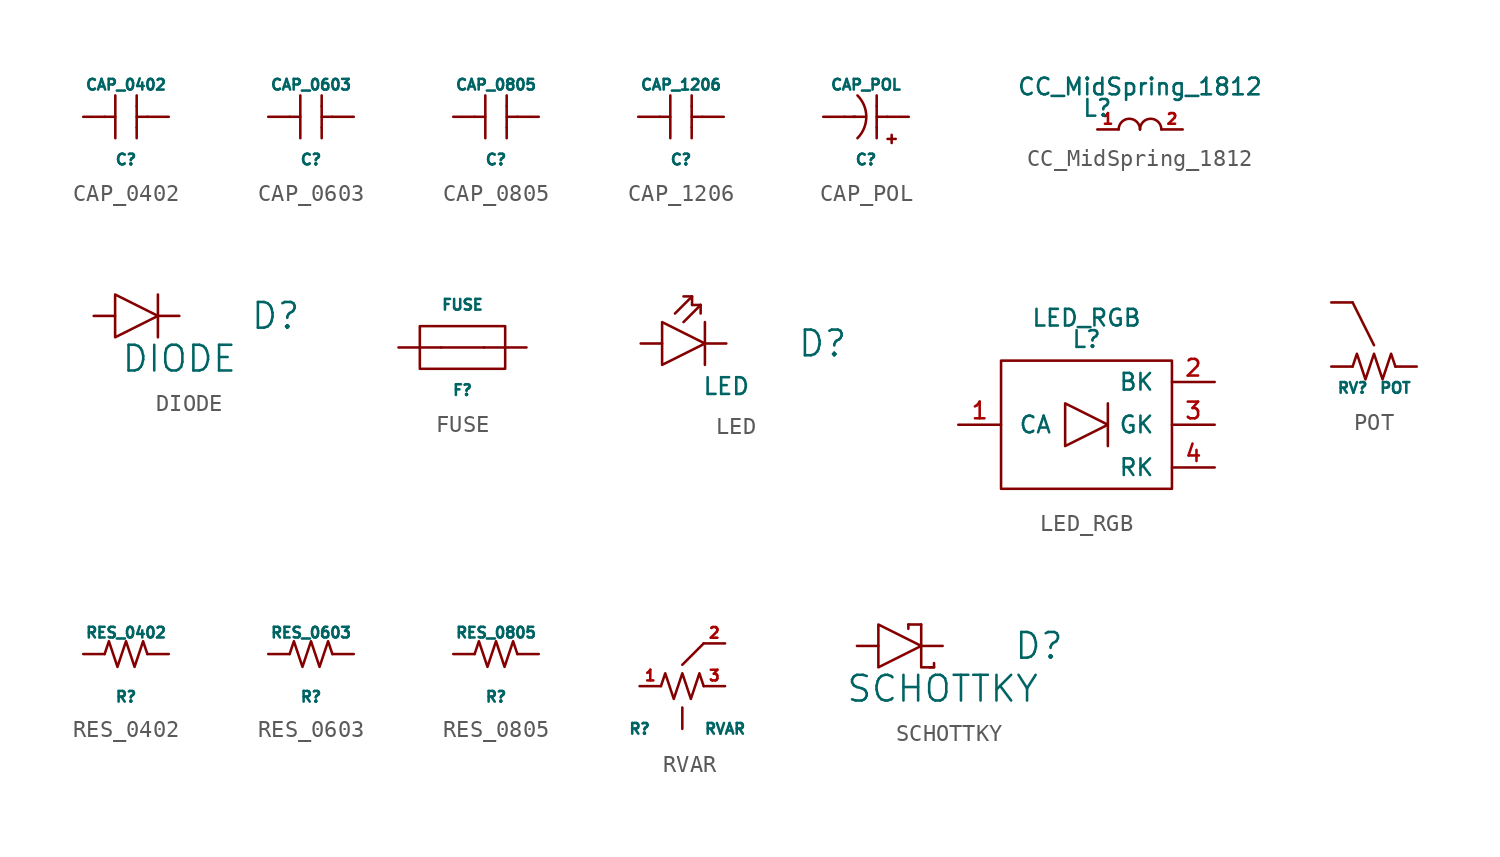
<source format=kicad_sym>
(kicad_symbol_lib
  (version 20241209)
  (generator "kicad_symbol_editor")
  (generator_version "9.0")
  (symbol "CAP_0402"
    (pin_numbers
      (hide yes))
    (pin_names
      (offset 0)
      (hide yes))
    (property "Reference" "C"
      (at 0 -2.54 0)
      (effects (font (size 0.635 0.635))))
    (property "Value" "CAP_0402"
      (at 0 1.905 0)
      (effects (font (size 0.635 0.635))))
    (property "Datasheet" ""
      (at 0 0 0)
      (effects (font (size 1.524 1.524))))
    (symbol "CAP_0402_0_1"
      (polyline (pts (xy -1.27 0) (xy -0.635 0)) (stroke (width 0) (type default)) (fill (type none)))
      (polyline (pts (xy -0.635 -1.27) (xy -0.635 1.27)) (stroke (width 0) (type default)) (fill (type none)))
      (polyline (pts (xy 0.635 1.27) (xy 0.635 0.635)) (stroke (width 0) (type default)) (fill (type none)))
      (polyline (pts (xy 0.635 0.635) (xy 0.635 -0.635)) (stroke (width 0) (type default)) (fill (type none)))
      (polyline (pts (xy 0.635 -1.27) (xy 0.635 -0.635)) (stroke (width 0) (type default)) (fill (type none)))
      (polyline (pts (xy 1.27 0) (xy 0.635 0)) (stroke (width 0) (type default)) (fill (type none))))
    (symbol "CAP_0402_1_1"
      (pin passive line (at -2.54 0 0) (length 1.27) (name "~" (effects (font (size 0.635 0.635)))) (number "1" (effects (font (size 0.635 0.635)))))
      (pin passive line (at 2.54 0 180) (length 1.27) (name "~" (effects (font (size 0.635 0.635)))) (number "2" (effects (font (size 0.635 0.635)))))))
  (symbol "CAP_0603"
    (pin_numbers
      (hide yes))
    (pin_names
      (offset 0)
      (hide yes))
    (property "Reference" "C"
      (at 0 -2.54 0)
      (effects (font (size 0.635 0.635))))
    (property "Value" "CAP_0603"
      (at 0 1.905 0)
      (effects (font (size 0.635 0.635))))
    (property "Datasheet" ""
      (at 0 0 0)
      (effects (font (size 1.524 1.524))))
    (symbol "CAP_0603_0_1"
      (polyline (pts (xy -1.27 0) (xy -0.635 0)) (stroke (width 0) (type default)) (fill (type none)))
      (polyline (pts (xy -0.635 -1.27) (xy -0.635 1.27)) (stroke (width 0) (type default)) (fill (type none)))
      (polyline (pts (xy 0.635 1.27) (xy 0.635 0.635)) (stroke (width 0) (type default)) (fill (type none)))
      (polyline (pts (xy 0.635 0.635) (xy 0.635 -0.635)) (stroke (width 0) (type default)) (fill (type none)))
      (polyline (pts (xy 0.635 -1.27) (xy 0.635 -0.635)) (stroke (width 0) (type default)) (fill (type none)))
      (polyline (pts (xy 1.27 0) (xy 0.635 0)) (stroke (width 0) (type default)) (fill (type none))))
    (symbol "CAP_0603_1_1"
      (pin passive line (at -2.54 0 0) (length 1.27) (name "~" (effects (font (size 0.635 0.635)))) (number "1" (effects (font (size 0.635 0.635)))))
      (pin passive line (at 2.54 0 180) (length 1.27) (name "~" (effects (font (size 0.635 0.635)))) (number "2" (effects (font (size 0.635 0.635)))))))
  (symbol "CAP_0805"
    (pin_numbers
      (hide yes))
    (pin_names
      (offset 0)
      (hide yes))
    (property "Reference" "C"
      (at 0 -2.54 0)
      (effects (font (size 0.635 0.635))))
    (property "Value" "CAP_0805"
      (at 0 1.905 0)
      (effects (font (size 0.635 0.635))))
    (property "Datasheet" ""
      (at 0 0 0)
      (effects (font (size 1.524 1.524))))
    (symbol "CAP_0805_0_1"
      (polyline (pts (xy -1.27 0) (xy -0.635 0)) (stroke (width 0) (type default)) (fill (type none)))
      (polyline (pts (xy -0.635 -1.27) (xy -0.635 1.27)) (stroke (width 0) (type default)) (fill (type none)))
      (polyline (pts (xy 0.635 1.27) (xy 0.635 0.635)) (stroke (width 0) (type default)) (fill (type none)))
      (polyline (pts (xy 0.635 0.635) (xy 0.635 -0.635)) (stroke (width 0) (type default)) (fill (type none)))
      (polyline (pts (xy 0.635 -1.27) (xy 0.635 -0.635)) (stroke (width 0) (type default)) (fill (type none)))
      (polyline (pts (xy 1.27 0) (xy 0.635 0)) (stroke (width 0) (type default)) (fill (type none))))
    (symbol "CAP_0805_1_1"
      (pin passive line (at -2.54 0 0) (length 1.27) (name "~" (effects (font (size 0.635 0.635)))) (number "1" (effects (font (size 0.635 0.635)))))
      (pin passive line (at 2.54 0 180) (length 1.27) (name "~" (effects (font (size 0.635 0.635)))) (number "2" (effects (font (size 0.635 0.635)))))))
  (symbol "CAP_1206"
    (pin_numbers
      (hide yes))
    (pin_names
      (offset 0)
      (hide yes))
    (property "Reference" "C"
      (at 0 -2.54 0)
      (effects (font (size 0.635 0.635))))
    (property "Value" "CAP_1206"
      (at 0 1.905 0)
      (effects (font (size 0.635 0.635))))
    (property "Datasheet" ""
      (at 0 0 0)
      (effects (font (size 1.524 1.524))))
    (symbol "CAP_1206_0_1"
      (polyline (pts (xy -1.27 0) (xy -0.635 0)) (stroke (width 0) (type default)) (fill (type none)))
      (polyline (pts (xy -0.635 -1.27) (xy -0.635 1.27)) (stroke (width 0) (type default)) (fill (type none)))
      (polyline (pts (xy 0.635 1.27) (xy 0.635 0.635)) (stroke (width 0) (type default)) (fill (type none)))
      (polyline (pts (xy 0.635 0.635) (xy 0.635 -0.635)) (stroke (width 0) (type default)) (fill (type none)))
      (polyline (pts (xy 0.635 -1.27) (xy 0.635 -0.635)) (stroke (width 0) (type default)) (fill (type none)))
      (polyline (pts (xy 1.27 0) (xy 0.635 0)) (stroke (width 0) (type default)) (fill (type none))))
    (symbol "CAP_1206_1_1"
      (pin passive line (at -2.54 0 0) (length 1.27) (name "~" (effects (font (size 0.635 0.635)))) (number "1" (effects (font (size 0.635 0.635)))))
      (pin passive line (at 2.54 0 180) (length 1.27) (name "~" (effects (font (size 0.635 0.635)))) (number "2" (effects (font (size 0.635 0.635)))))))
  (symbol "CAP_POL"
    (pin_numbers
      (hide yes))
    (pin_names
      (offset 0)
      (hide yes))
    (property "Reference" "C"
      (at 0 -2.54 0)
      (effects (font (size 0.635 0.635))))
    (property "Value" "CAP_POL"
      (at 0 1.905 0)
      (effects (font (size 0.635 0.635))))
    (property "Datasheet" ""
      (at 0 0 0)
      (effects (font (size 1.524 1.524))))
    (symbol "CAP_POL_0_0"
      (text "+" (at 1.524 -1.27 0) (effects (font (size 0.635 0.635)))))
    (symbol "CAP_POL_0_1"
      (arc (start -0.508 1.27) (mid 0.0181 0) (end -0.508 -1.27) (stroke (width 0) (type default)) (fill (type none)))
      (polyline (pts (xy -1.27 0) (xy -0.635 0)) (stroke (width 0) (type default)) (fill (type none)))
      (polyline (pts (xy -0.762 0) (xy 0 0)) (stroke (width 0) (type default)) (fill (type none)))
      (polyline (pts (xy 0.635 1.27) (xy 0.635 0.635)) (stroke (width 0) (type default)) (fill (type none)))
      (polyline (pts (xy 0.635 0.635) (xy 0.635 -0.635)) (stroke (width 0) (type default)) (fill (type none)))
      (polyline (pts (xy 0.635 -1.27) (xy 0.635 -0.635)) (stroke (width 0) (type default)) (fill (type none)))
      (polyline (pts (xy 1.27 0) (xy 0.635 0)) (stroke (width 0) (type default)) (fill (type none))))
    (symbol "CAP_POL_1_1"
      (pin passive line (at -2.54 0 0) (length 1.27) (name "~" (effects (font (size 0.635 0.635)))) (number "1" (effects (font (size 0.635 0.635)))))
      (pin passive line (at 2.54 0 180) (length 1.27) (name "~" (effects (font (size 0.635 0.635)))) (number "2" (effects (font (size 0.635 0.635)))))))
  (symbol "CC_MidSpring_1812"
    (pin_names
      (offset 1.016))
    (property "Reference" "L"
      (at -2.54 1.27 0)
      (effects (font (size 0.991 0.991))))
    (property "Value" "CC_MidSpring_1812"
      (at 0 2.54 0)
      (effects (font (size 0.991 0.991))))
    (symbol "CC_MidSpring_1812_1_1"
      (arc (start -1.27 0) (mid -0.635 0.6323) (end 0 0) (stroke (width 0) (type default)) (fill (type none)))
      (arc (start 0 0) (mid 0.635 0.6323) (end 1.27 0) (stroke (width 0) (type default)) (fill (type none)))
      (pin passive line (at -2.54 0 0) (length 1.27) (name "~" (effects (font (size 0.635 0.635)))) (number "1" (effects (font (size 0.635 0.635)))))
      (pin passive line (at 2.54 0 180) (length 1.27) (name "~" (effects (font (size 0.635 0.635)))) (number "2" (effects (font (size 0.635 0.635)))))))
  (symbol "DIODE"
    (pin_numbers
      (hide yes))
    (pin_names
      (offset 0)
      (hide yes))
    (property "Reference" "D"
      (at 8.255 0 0)
      (effects (font (size 1.524 1.524))))
    (property "Value" "DIODE"
      (at 2.54 -2.54 0)
      (effects (font (size 1.524 1.524))))
    (property "Footprint" ""
      (at 0 0 0)
      (effects (font (size 1.524 1.524))))
    (property "Datasheet" ""
      (at 0 0 0)
      (effects (font (size 1.524 1.524))))
    (symbol "DIODE_0_1"
      (polyline (pts (xy -1.27 0) (xy -1.27 1.27) (xy 1.27 0) (xy -1.27 -1.27) (xy -1.27 0)) (stroke (width 0) (type default)) (fill (type none)))
      (polyline (pts (xy 1.27 1.27) (xy 1.27 -1.27)) (stroke (width 0) (type default)) (fill (type none))))
    (symbol "DIODE_1_1"
      (pin input line (at -2.54 0 0) (length 1.27) (name "A" (effects (font (size 0.635 0.635)))) (number "A" (effects (font (size 0.635 0.635)))))
      (pin input line (at 2.54 0 180) (length 1.27) (name "K" (effects (font (size 0.635 0.635)))) (number "K" (effects (font (size 0.635 0.635)))))))
  (symbol "FUSE"
    (pin_numbers
      (hide yes))
    (pin_names
      (offset 1.016)
      (hide yes))
    (property "Reference" "F"
      (at 0 -2.54 0)
      (effects (font (size 0.635 0.635))))
    (property "Value" "FUSE"
      (at 0 2.54 0)
      (effects (font (size 0.635 0.635))))
    (symbol "FUSE_0_1"
      (rectangle (start -2.54 1.27) (end 2.54 -1.27) (stroke (width 0) (type default)) (fill (type none)))
      (polyline (pts (xy 1.27 0) (xy -1.27 0)) (stroke (width 0) (type default)) (fill (type none))))
    (symbol "FUSE_1_1"
      (pin input line (at -3.81 0 0) (length 2.54) (name "~" (effects (font (size 0.635 0.635)))) (number "1" (effects (font (size 0.635 0.635)))))
      (pin input line (at 3.81 0 180) (length 2.54) (name "~" (effects (font (size 0.635 0.635)))) (number "2" (effects (font (size 0.635 0.635)))))))
  (symbol "LED"
    (pin_numbers
      (hide yes))
    (pin_names
      (offset 0)
      (hide yes))
    (property "Reference" "D"
      (at 8.255 0 0)
      (effects (font (size 1.524 1.524))))
    (property "Value" "LED"
      (at 2.54 -2.54 0)
      (effects (font (size 0.991 0.991))))
    (property "Footprint" ""
      (at 0 0 0)
      (effects (font (size 1.524 1.524))))
    (property "Datasheet" ""
      (at 0 0 0)
      (effects (font (size 1.524 1.524))))
    (symbol "LED_0_1"
      (polyline (pts (xy -1.27 0) (xy -1.27 1.27) (xy 1.27 0) (xy -1.27 -1.27) (xy -1.27 0)) (stroke (width 0) (type default)) (fill (type none)))
      (polyline (pts (xy -0.508 1.778) (xy 0.508 2.794) (xy 0.508 2.286)) (stroke (width 0) (type default)) (fill (type none)))
      (polyline (pts (xy 0 1.27) (xy 1.016 2.286)) (stroke (width 0) (type default)) (fill (type none)))
      (polyline (pts (xy 0.508 2.794) (xy 0 2.794)) (stroke (width 0) (type default)) (fill (type none)))
      (polyline (pts (xy 1.016 2.286) (xy 0.508 2.286)) (stroke (width 0) (type default)) (fill (type none)))
      (polyline (pts (xy 1.016 2.286) (xy 1.016 1.778)) (stroke (width 0) (type default)) (fill (type none)))
      (polyline (pts (xy 1.27 0) (xy 1.27 1.27)) (stroke (width 0) (type default)) (fill (type none)))
      (polyline (pts (xy 1.27 0) (xy 1.27 -1.27)) (stroke (width 0) (type default)) (fill (type none))))
    (symbol "LED_1_1"
      (pin input line (at -2.54 0 0) (length 1.27) (name "A" (effects (font (size 0.635 0.635)))) (number "A" (effects (font (size 0.635 0.635)))))
      (pin input line (at 2.54 0 180) (length 1.27) (name "K" (effects (font (size 0.635 0.635)))) (number "K" (effects (font (size 0.635 0.635)))))))
  (symbol "LED_RGB"
    (pin_names
      (offset 1.016))
    (property "Reference" "L"
      (at 0 5.08 0)
      (effects (font (size 0.991 0.991))))
    (property "Value" "LED_RGB"
      (at 0 6.35 0)
      (effects (font (size 0.991 0.991))))
    (symbol "LED_RGB_0_1"
      (rectangle (start -5.08 3.81) (end 5.08 -3.81) (stroke (width 0) (type default)) (fill (type none)))
      (polyline (pts (xy -1.27 1.27) (xy -1.27 -1.27) (xy 1.27 0) (xy -1.27 1.27)) (stroke (width 0) (type default)) (fill (type none)))
      (polyline (pts (xy 1.27 1.27) (xy 1.27 -1.27)) (stroke (width 0) (type default)) (fill (type none))))
    (symbol "LED_RGB_1_1"
      (pin input line (at -7.62 0 0) (length 2.54) (name "CA" (effects (font (size 0.991 0.991)))) (number "1" (effects (font (size 0.991 0.991)))))
      (pin input line (at 7.62 2.54 180) (length 2.54) (name "BK" (effects (font (size 0.991 0.991)))) (number "2" (effects (font (size 0.991 0.991)))))
      (pin input line (at 7.62 0 180) (length 2.54) (name "GK" (effects (font (size 0.991 0.991)))) (number "3" (effects (font (size 0.991 0.991)))))
      (pin input line (at 7.62 -2.54 180) (length 2.54) (name "RK" (effects (font (size 0.991 0.991)))) (number "4" (effects (font (size 0.991 0.991)))))))
  (symbol "POT"
    (pin_numbers
      (hide yes))
    (pin_names
      (offset 0)
      (hide yes))
    (property "Reference" "RV"
      (at -1.27 -1.27 0)
      (effects (font (size 0.635 0.635))))
    (property "Value" "POT"
      (at 1.27 -1.27 0)
      (effects (font (size 0.635 0.635))))
    (property "Datasheet" ""
      (at 0 0 0)
      (effects (font (size 1.524 1.524))))
    (symbol "POT_0_0"
      (pin passive line (at -2.54 3.81 0) (length 1.27) (name "2" (effects (font (size 0.762 0.762)))) (number "2" (effects (font (size 0.762 0.762))))))
    (symbol "POT_0_1"
      (polyline (pts (xy -1.27 0) (xy -1.016 0.762) (xy -0.508 -0.762) (xy 0 0.762) (xy 0.508 -0.762) (xy 1.016 0.762) (xy 1.27 0)) (stroke (width 0) (type default)) (fill (type none)))
      (polyline (pts (xy 0 1.27) (xy -1.27 3.81)) (stroke (width 0) (type default)) (fill (type none))))
    (symbol "POT_1_1"
      (pin input line (at -2.54 0 0) (length 1.27) (name "1" (effects (font (size 1.27 1.27)))) (number "1" (effects (font (size 1.27 1.27)))))
      (pin input line (at 2.54 0 180) (length 1.27) (name "3" (effects (font (size 1.27 1.27)))) (number "3" (effects (font (size 1.27 1.27)))))))
  (symbol "RES_0402"
    (pin_numbers
      (hide yes))
    (pin_names
      (offset 0)
      (hide yes))
    (property "Reference" "R"
      (at 0 -2.54 0)
      (effects (font (size 0.635 0.635))))
    (property "Value" "RES_0402"
      (at 0 1.27 0)
      (effects (font (size 0.635 0.635))))
    (property "Datasheet" ""
      (at 0 0 0)
      (effects (font (size 1.524 1.524))))
    (symbol "RES_0402_0_1"
      (polyline (pts (xy -1.27 0) (xy -1.016 0.762) (xy -0.508 -0.762) (xy 0 0.762) (xy 0.508 -0.762) (xy 1.016 0.762) (xy 1.27 0)) (stroke (width 0) (type default)) (fill (type none))))
    (symbol "RES_0402_1_1"
      (pin passive line (at -2.54 0 0) (length 1.27) (name "1" (effects (font (size 1.27 1.27)))) (number "1" (effects (font (size 1.27 1.27)))))
      (pin passive line (at 2.54 0 180) (length 1.27) (name "2" (effects (font (size 1.27 1.27)))) (number "2" (effects (font (size 1.27 1.27)))))))
  (symbol "RES_0603"
    (pin_numbers
      (hide yes))
    (pin_names
      (offset 0)
      (hide yes))
    (property "Reference" "R"
      (at 0 -2.54 0)
      (effects (font (size 0.635 0.635))))
    (property "Value" "RES_0603"
      (at 0 1.27 0)
      (effects (font (size 0.635 0.635))))
    (property "Datasheet" ""
      (at 0 0 0)
      (effects (font (size 1.524 1.524))))
    (symbol "RES_0603_0_1"
      (polyline (pts (xy -1.27 0) (xy -1.016 0.762) (xy -0.508 -0.762) (xy 0 0.762) (xy 0.508 -0.762) (xy 1.016 0.762) (xy 1.27 0)) (stroke (width 0) (type default)) (fill (type none))))
    (symbol "RES_0603_1_1"
      (pin input line (at -2.54 0 0) (length 1.27) (name "1" (effects (font (size 1.27 1.27)))) (number "1" (effects (font (size 1.27 1.27)))))
      (pin input line (at 2.54 0 180) (length 1.27) (name "2" (effects (font (size 1.27 1.27)))) (number "2" (effects (font (size 1.27 1.27)))))))
  (symbol "RES_0805"
    (pin_numbers
      (hide yes))
    (pin_names
      (offset 0)
      (hide yes))
    (property "Reference" "R"
      (at 0 -2.54 0)
      (effects (font (size 0.635 0.635))))
    (property "Value" "RES_0805"
      (at 0 1.27 0)
      (effects (font (size 0.635 0.635))))
    (property "Datasheet" ""
      (at 0 0 0)
      (effects (font (size 1.524 1.524))))
    (symbol "RES_0805_0_1"
      (polyline (pts (xy -1.27 0) (xy -1.016 0.762) (xy -0.508 -0.762) (xy 0 0.762) (xy 0.508 -0.762) (xy 1.016 0.762) (xy 1.27 0)) (stroke (width 0) (type default)) (fill (type none))))
    (symbol "RES_0805_1_1"
      (pin input line (at -2.54 0 0) (length 1.27) (name "1" (effects (font (size 1.27 1.27)))) (number "1" (effects (font (size 1.27 1.27)))))
      (pin input line (at 2.54 0 180) (length 1.27) (name "2" (effects (font (size 1.27 1.27)))) (number "2" (effects (font (size 1.27 1.27)))))))
  (symbol "RVAR"
    (pin_names
      (offset 0)
      (hide yes))
    (property "Reference" "R"
      (at -2.54 -2.54 0)
      (effects (font (size 0.635 0.635))))
    (property "Value" "RVAR"
      (at 2.54 -2.54 0)
      (effects (font (size 0.635 0.635))))
    (property "Datasheet" ""
      (at 0 0 0)
      (effects (font (size 1.524 1.524))))
    (symbol "RVAR_0_0"
      (pin passive line (at 2.54 2.54 180) (length 1.27) (name "2" (effects (font (size 0.635 0.635)))) (number "2" (effects (font (size 0.635 0.635))))))
    (symbol "RVAR_0_1"
      (polyline (pts (xy -1.27 0) (xy -1.016 0.762) (xy -0.508 -0.762) (xy 0 0.762) (xy 0.508 -0.762) (xy 1.016 0.762) (xy 1.27 0)) (stroke (width 0) (type default)) (fill (type none)))
      (polyline (pts (xy 0 1.27) (xy 1.27 2.54)) (stroke (width 0) (type default)) (fill (type none)))
      (polyline (pts (xy 0 -1.27) (xy 0 -2.54)) (stroke (width 0) (type default)) (fill (type none))))
    (symbol "RVAR_1_1"
      (pin passive line (at -2.54 0 0) (length 1.27) (name "1" (effects (font (size 0.635 0.635)))) (number "1" (effects (font (size 0.635 0.635)))))
      (pin passive line (at 2.54 0 180) (length 1.27) (name "3" (effects (font (size 0.635 0.635)))) (number "3" (effects (font (size 0.635 0.635)))))))
  (symbol "SCHOTTKY"
    (pin_numbers
      (hide yes))
    (pin_names
      (offset 0)
      (hide yes))
    (property "Reference" "D"
      (at 8.255 0 0)
      (effects (font (size 1.524 1.524))))
    (property "Value" "SCHOTTKY"
      (at 2.54 -2.54 0)
      (effects (font (size 1.524 1.524))))
    (property "Footprint" ""
      (at 0 0 0)
      (effects (font (size 1.524 1.524))))
    (property "Datasheet" ""
      (at 0 0 0)
      (effects (font (size 1.524 1.524))))
    (symbol "SCHOTTKY_0_1"
      (polyline (pts (xy -1.27 0) (xy -1.27 1.27) (xy 1.27 0) (xy -1.27 -1.27) (xy -1.27 0)) (stroke (width 0) (type default)) (fill (type none)))
      (polyline (pts (xy 0.508 1.27) (xy 0.508 1.016)) (stroke (width 0) (type default)) (fill (type none)))
      (polyline (pts (xy 0.508 1.27) (xy 1.27 1.27)) (stroke (width 0) (type default)) (fill (type none)))
      (polyline (pts (xy 1.27 1.27) (xy 1.27 -1.27) (xy 1.905 -1.27)) (stroke (width 0) (type default)) (fill (type none)))
      (polyline (pts (xy 2.032 -1.27) (xy 1.778 -1.27)) (stroke (width 0) (type default)) (fill (type none)))
      (polyline (pts (xy 2.032 -1.27) (xy 2.032 -1.016)) (stroke (width 0) (type default)) (fill (type none))))
    (symbol "SCHOTTKY_1_1"
      (pin input line (at -2.54 0 0) (length 1.27) (name "A" (effects (font (size 0.635 0.635)))) (number "A" (effects (font (size 0.635 0.635)))))
      (pin input line (at 2.54 0 180) (length 1.27) (name "K" (effects (font (size 0.635 0.635)))) (number "K" (effects (font (size 0.635 0.635))))))))
</source>
